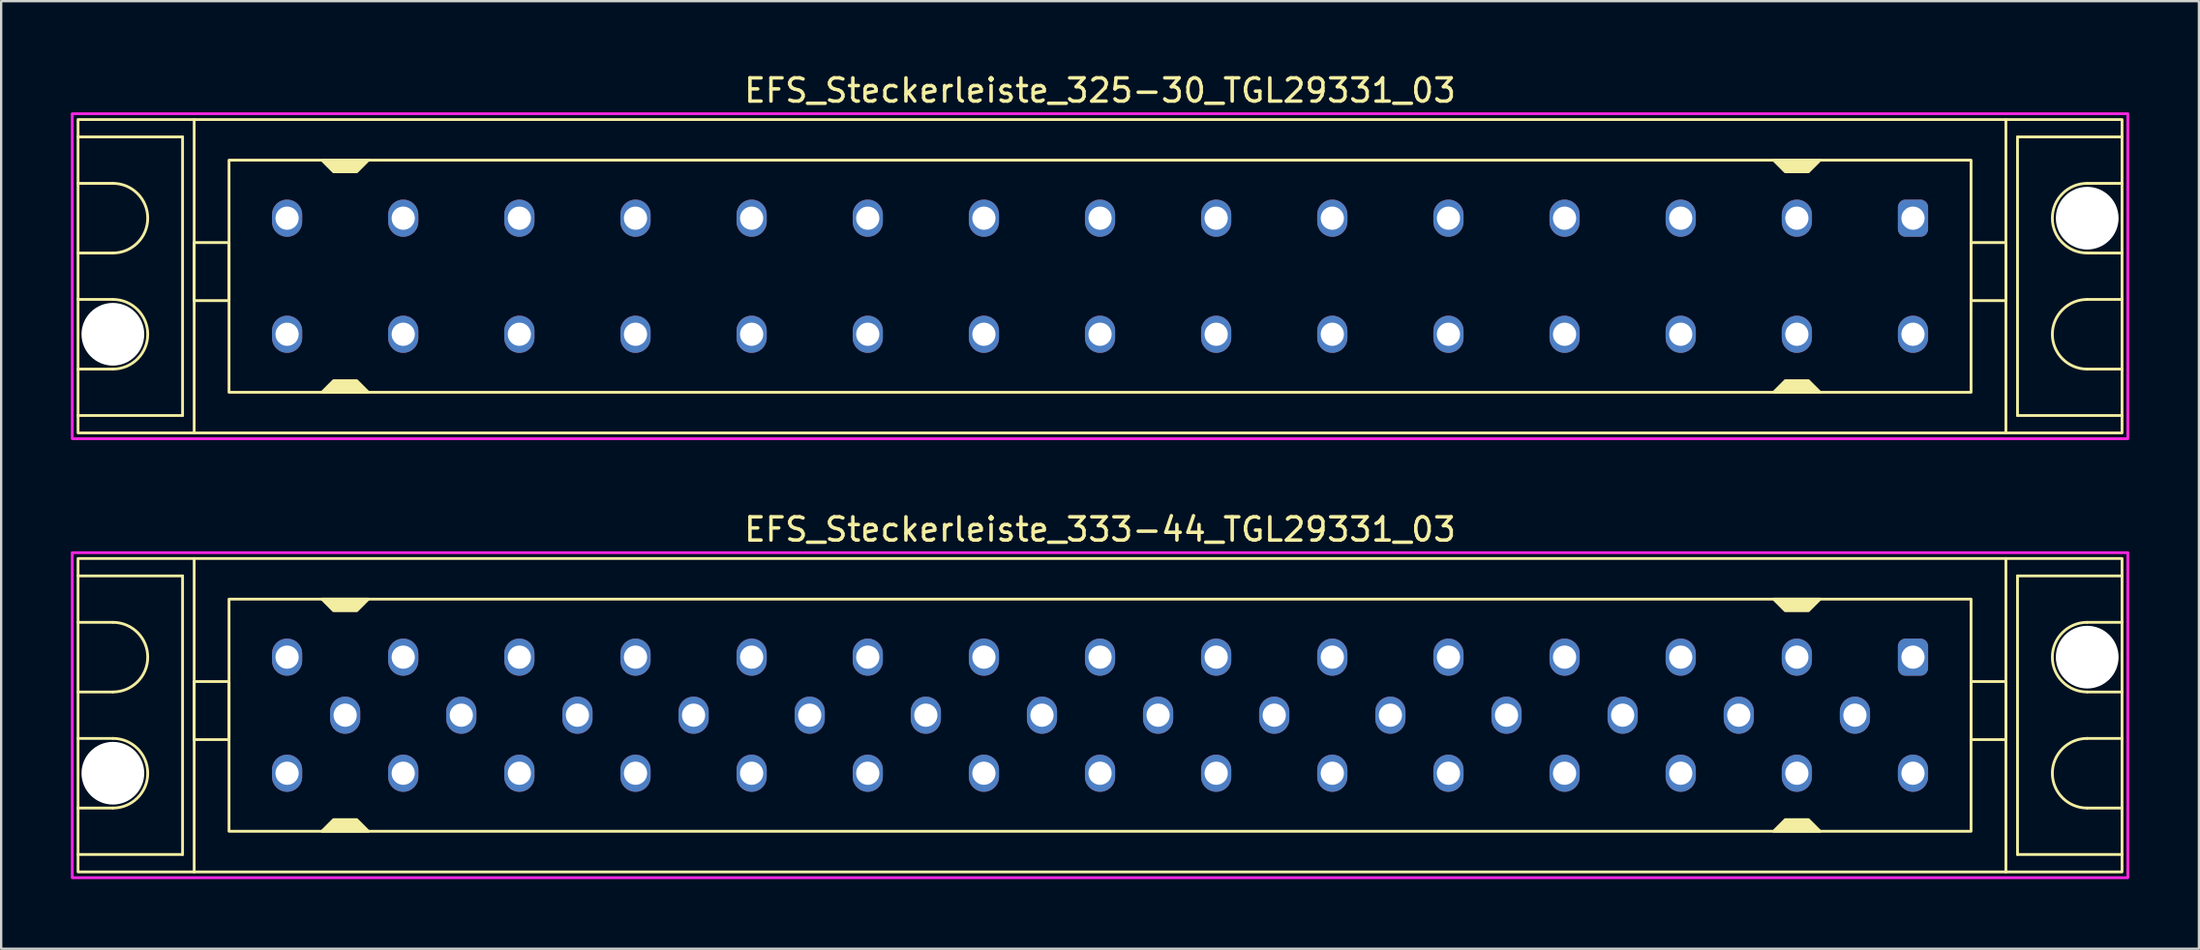
<source format=kicad_pcb>
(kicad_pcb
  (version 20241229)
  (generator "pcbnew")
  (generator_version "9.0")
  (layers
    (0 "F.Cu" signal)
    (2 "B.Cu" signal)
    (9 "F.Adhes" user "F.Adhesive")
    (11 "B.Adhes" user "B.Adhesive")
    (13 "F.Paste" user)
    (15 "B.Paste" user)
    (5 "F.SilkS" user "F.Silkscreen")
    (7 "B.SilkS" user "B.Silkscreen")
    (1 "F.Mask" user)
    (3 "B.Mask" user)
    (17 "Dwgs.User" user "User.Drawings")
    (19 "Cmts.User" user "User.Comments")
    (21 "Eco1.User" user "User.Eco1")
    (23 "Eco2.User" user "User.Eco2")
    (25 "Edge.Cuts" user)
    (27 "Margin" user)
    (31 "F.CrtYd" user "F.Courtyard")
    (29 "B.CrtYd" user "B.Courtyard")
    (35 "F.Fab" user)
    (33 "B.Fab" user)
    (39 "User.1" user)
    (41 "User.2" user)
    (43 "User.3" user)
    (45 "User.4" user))
  (footprint "EFS_Steckerleiste_325-30_TGL29331_03"
    (layer "F.Cu")
    (at 44.31 8.848)
    (property "Reference" "EFS_Steckerleiste_325-30_TGL29331_03" (at 0 -8 180) (layer "F.SilkS") (effects (font (size 1 1) (thickness 0.15))))
    (attr through_hole)
    (fp_line (start -44 -6) (end -39.5 -6) (stroke (width 0.12) (type solid)) (layer "F.SilkS"))
    (fp_line (start -42.5 -4) (end -44 -4) (stroke (width 0.12) (type solid)) (layer "F.SilkS"))
    (fp_line (start -42.5 -1) (end -44 -1) (stroke (width 0.12) (type solid)) (layer "F.SilkS"))
    (fp_line (start -42.5 1) (end -44 1) (stroke (width 0.12) (type solid)) (layer "F.SilkS"))
    (fp_line (start -42.5 4) (end -44 4) (stroke (width 0.12) (type solid)) (layer "F.SilkS"))
    (fp_line (start -39.5 -6) (end -39.5 6) (stroke (width 0.12) (type solid)) (layer "F.SilkS"))
    (fp_line (start -39.5 6) (end -44 6) (stroke (width 0.12) (type solid)) (layer "F.SilkS"))
    (fp_line (start -39 6.75) (end -39 -6.75) (stroke (width 0.12) (type solid)) (layer "F.SilkS"))
    (fp_line (start 39 6.75) (end 39 -6.75) (stroke (width 0.12) (type solid)) (layer "F.SilkS"))
    (fp_line (start 39.5 -6) (end 39.5 6) (stroke (width 0.12) (type solid)) (layer "F.SilkS"))
    (fp_line (start 39.5 6) (end 44 6) (stroke (width 0.12) (type solid)) (layer "F.SilkS"))
    (fp_line (start 42.5 -4) (end 44 -4) (stroke (width 0.12) (type solid)) (layer "F.SilkS"))
    (fp_line (start 42.5 -1) (end 44 -1) (stroke (width 0.12) (type solid)) (layer "F.SilkS"))
    (fp_line (start 42.5 1) (end 44 1) (stroke (width 0.12) (type solid)) (layer "F.SilkS"))
    (fp_line (start 42.5 4) (end 44 4) (stroke (width 0.12) (type solid)) (layer "F.SilkS"))
    (fp_line (start 44 -6) (end 39.5 -6) (stroke (width 0.12) (type solid)) (layer "F.SilkS"))
    (fp_rect (start -44 -6.75) (end 44 6.75) (stroke (width 0.12) (type solid)) (fill no) (layer "F.SilkS"))
    (fp_rect (start -37.5 -5) (end 37.5 5) (stroke (width 0.12) (type solid)) (fill no) (layer "F.SilkS"))
    (fp_rect (start -37.5 -1.45) (end -39 1.05) (stroke (width 0.12) (type solid)) (fill no) (layer "F.SilkS"))
    (fp_rect (start 39 -1.45) (end 37.5 1.05) (stroke (width 0.12) (type solid)) (fill no) (layer "F.SilkS"))
    (fp_arc (start -42.5 -4) (mid -41 -2.5) (end -42.5 -1) (stroke (width 0.12) (type solid)) (layer "F.SilkS"))
    (fp_arc (start -42.5 1) (mid -41 2.5) (end -42.5 4) (stroke (width 0.12) (type solid)) (layer "F.SilkS"))
    (fp_arc (start 42.5 -1) (mid 41 -2.5) (end 42.5 -4) (stroke (width 0.12) (type solid)) (layer "F.SilkS"))
    (fp_arc (start 42.5 4) (mid 41 2.5) (end 42.5 1) (stroke (width 0.12) (type solid)) (layer "F.SilkS"))
    (fp_poly (pts (xy -33 4.5) (xy -32 4.5) (xy -31.5 5) (xy -33.5 5)) (stroke (width 0.12) (type solid)) (fill yes) (layer "F.SilkS"))
    (fp_poly (pts (xy -32 -4.5) (xy -33 -4.5) (xy -33.5 -5) (xy -31.5 -5)) (stroke (width 0.12) (type solid)) (fill yes) (layer "F.SilkS"))
    (fp_poly (pts (xy 29.5 4.5) (xy 30.5 4.5) (xy 31 5) (xy 29 5)) (stroke (width 0.12) (type solid)) (fill yes) (layer "F.SilkS"))
    (fp_poly (pts (xy 30.5 -4.5) (xy 29.5 -4.5) (xy 29 -5) (xy 31 -5)) (stroke (width 0.12) (type solid)) (fill yes) (layer "F.SilkS"))
    (fp_rect (start -44.25 -7) (end 44.25 7) (stroke (width 0.12) (type solid)) (fill no) (layer "F.CrtYd"))
    (pad "" np_thru_hole circle (at -42.5 2.5) (size 2.7 2.7) (drill 2.7) (layers "*.Cu" "*.Mask"))
    (pad "" np_thru_hole circle (at 42.5 -2.5) (size 2.7 2.7) (drill 2.7) (layers "*.Cu" "*.Mask"))
    (pad "1a" thru_hole roundrect (at 35 -2.5) (size 1.3 1.6) (drill 1) (layers "*.Cu" "*.Mask") (roundrect_rratio 0.25))
    (pad "1c" thru_hole oval (at 35 2.5) (size 1.3 1.6) (drill 1) (layers "*.Cu" "*.Mask"))
    (pad "2a" thru_hole oval (at 30 -2.5) (size 1.3 1.6) (drill 1) (layers "*.Cu" "*.Mask"))
    (pad "2c" thru_hole oval (at 30 2.5) (size 1.3 1.6) (drill 1) (layers "*.Cu" "*.Mask"))
    (pad "3a" thru_hole oval (at 25 -2.5) (size 1.3 1.6) (drill 1) (layers "*.Cu" "*.Mask"))
    (pad "3c" thru_hole oval (at 25 2.5) (size 1.3 1.6) (drill 1) (layers "*.Cu" "*.Mask"))
    (pad "4a" thru_hole oval (at 20 -2.5) (size 1.3 1.6) (drill 1) (layers "*.Cu" "*.Mask"))
    (pad "4c" thru_hole oval (at 20 2.5) (size 1.3 1.6) (drill 1) (layers "*.Cu" "*.Mask"))
    (pad "5a" thru_hole oval (at 15 -2.5) (size 1.3 1.6) (drill 1) (layers "*.Cu" "*.Mask"))
    (pad "5c" thru_hole oval (at 15 2.5) (size 1.3 1.6) (drill 1) (layers "*.Cu" "*.Mask"))
    (pad "6a" thru_hole oval (at 10 -2.5) (size 1.3 1.6) (drill 1) (layers "*.Cu" "*.Mask"))
    (pad "6c" thru_hole oval (at 10 2.5) (size 1.3 1.6) (drill 1) (layers "*.Cu" "*.Mask"))
    (pad "7a" thru_hole oval (at 5 -2.5) (size 1.3 1.6) (drill 1) (layers "*.Cu" "*.Mask"))
    (pad "7c" thru_hole oval (at 5 2.5) (size 1.3 1.6) (drill 1) (layers "*.Cu" "*.Mask"))
    (pad "8a" thru_hole oval (at 0 -2.5) (size 1.3 1.6) (drill 1) (layers "*.Cu" "*.Mask"))
    (pad "8c" thru_hole oval (at 0 2.5) (size 1.3 1.6) (drill 1) (layers "*.Cu" "*.Mask"))
    (pad "9a" thru_hole oval (at -5 -2.5) (size 1.3 1.6) (drill 1) (layers "*.Cu" "*.Mask"))
    (pad "9c" thru_hole oval (at -5 2.5) (size 1.3 1.6) (drill 1) (layers "*.Cu" "*.Mask"))
    (pad "10a" thru_hole oval (at -10 -2.5) (size 1.3 1.6) (drill 1) (layers "*.Cu" "*.Mask"))
    (pad "10c" thru_hole oval (at -10 2.5) (size 1.3 1.6) (drill 1) (layers "*.Cu" "*.Mask"))
    (pad "11a" thru_hole oval (at -15 -2.5) (size 1.3 1.6) (drill 1) (layers "*.Cu" "*.Mask"))
    (pad "11c" thru_hole oval (at -15 2.5) (size 1.3 1.6) (drill 1) (layers "*.Cu" "*.Mask"))
    (pad "12a" thru_hole oval (at -20 -2.5) (size 1.3 1.6) (drill 1) (layers "*.Cu" "*.Mask"))
    (pad "12c" thru_hole oval (at -20 2.5) (size 1.3 1.6) (drill 1) (layers "*.Cu" "*.Mask"))
    (pad "13a" thru_hole oval (at -25 -2.5) (size 1.3 1.6) (drill 1) (layers "*.Cu" "*.Mask"))
    (pad "13c" thru_hole oval (at -25 2.5) (size 1.3 1.6) (drill 1) (layers "*.Cu" "*.Mask"))
    (pad "14a" thru_hole oval (at -30 -2.5) (size 1.3 1.6) (drill 1) (layers "*.Cu" "*.Mask"))
    (pad "14c" thru_hole oval (at -30 2.5) (size 1.3 1.6) (drill 1) (layers "*.Cu" "*.Mask"))
    (pad "15a" thru_hole oval (at -35 -2.5) (size 1.3 1.6) (drill 1) (layers "*.Cu" "*.Mask"))
    (pad "15c" thru_hole oval (at -35 2.5) (size 1.3 1.6) (drill 1) (layers "*.Cu" "*.Mask")))
  (footprint "EFS_Steckerleiste_333-44_TGL29331_03"
    (layer "F.Cu")
    (at 44.31 27.756)
    (property "Reference" "EFS_Steckerleiste_333-44_TGL29331_03" (at 0 -8 180) (layer "F.SilkS") (effects (font (size 1 1) (thickness 0.15))))
    (attr through_hole)
    (fp_line (start -44 -6) (end -39.5 -6) (stroke (width 0.12) (type solid)) (layer "F.SilkS"))
    (fp_line (start -42.5 -4) (end -44 -4) (stroke (width 0.12) (type solid)) (layer "F.SilkS"))
    (fp_line (start -42.5 -1) (end -44 -1) (stroke (width 0.12) (type solid)) (layer "F.SilkS"))
    (fp_line (start -42.5 1) (end -44 1) (stroke (width 0.12) (type solid)) (layer "F.SilkS"))
    (fp_line (start -42.5 4) (end -44 4) (stroke (width 0.12) (type solid)) (layer "F.SilkS"))
    (fp_line (start -39.5 -6) (end -39.5 6) (stroke (width 0.12) (type solid)) (layer "F.SilkS"))
    (fp_line (start -39.5 6) (end -44 6) (stroke (width 0.12) (type solid)) (layer "F.SilkS"))
    (fp_line (start -39 6.75) (end -39 -6.75) (stroke (width 0.12) (type solid)) (layer "F.SilkS"))
    (fp_line (start 39 6.75) (end 39 -6.75) (stroke (width 0.12) (type solid)) (layer "F.SilkS"))
    (fp_line (start 39.5 -6) (end 39.5 6) (stroke (width 0.12) (type solid)) (layer "F.SilkS"))
    (fp_line (start 39.5 6) (end 44 6) (stroke (width 0.12) (type solid)) (layer "F.SilkS"))
    (fp_line (start 42.5 -4) (end 44 -4) (stroke (width 0.12) (type solid)) (layer "F.SilkS"))
    (fp_line (start 42.5 -1) (end 44 -1) (stroke (width 0.12) (type solid)) (layer "F.SilkS"))
    (fp_line (start 42.5 1) (end 44 1) (stroke (width 0.12) (type solid)) (layer "F.SilkS"))
    (fp_line (start 42.5 4) (end 44 4) (stroke (width 0.12) (type solid)) (layer "F.SilkS"))
    (fp_line (start 44 -6) (end 39.5 -6) (stroke (width 0.12) (type solid)) (layer "F.SilkS"))
    (fp_rect (start -44 -6.75) (end 44 6.75) (stroke (width 0.12) (type solid)) (fill no) (layer "F.SilkS"))
    (fp_rect (start -37.5 -5) (end 37.5 5) (stroke (width 0.12) (type solid)) (fill no) (layer "F.SilkS"))
    (fp_rect (start -37.5 -1.45) (end -39 1.05) (stroke (width 0.12) (type solid)) (fill no) (layer "F.SilkS"))
    (fp_rect (start 39 -1.45) (end 37.5 1.05) (stroke (width 0.12) (type solid)) (fill no) (layer "F.SilkS"))
    (fp_arc (start -42.5 -4) (mid -41 -2.5) (end -42.5 -1) (stroke (width 0.12) (type solid)) (layer "F.SilkS"))
    (fp_arc (start -42.5 1) (mid -41 2.5) (end -42.5 4) (stroke (width 0.12) (type solid)) (layer "F.SilkS"))
    (fp_arc (start 42.5 -1) (mid 41 -2.5) (end 42.5 -4) (stroke (width 0.12) (type solid)) (layer "F.SilkS"))
    (fp_arc (start 42.5 4) (mid 41 2.5) (end 42.5 1) (stroke (width 0.12) (type solid)) (layer "F.SilkS"))
    (fp_poly (pts (xy -33 4.5) (xy -32 4.5) (xy -31.5 5) (xy -33.5 5)) (stroke (width 0.12) (type solid)) (fill yes) (layer "F.SilkS"))
    (fp_poly (pts (xy -32 -4.5) (xy -33 -4.5) (xy -33.5 -5) (xy -31.5 -5)) (stroke (width 0.12) (type solid)) (fill yes) (layer "F.SilkS"))
    (fp_poly (pts (xy 29.5 4.5) (xy 30.5 4.5) (xy 31 5) (xy 29 5)) (stroke (width 0.12) (type solid)) (fill yes) (layer "F.SilkS"))
    (fp_poly (pts (xy 30.5 -4.5) (xy 29.5 -4.5) (xy 29 -5) (xy 31 -5)) (stroke (width 0.12) (type solid)) (fill yes) (layer "F.SilkS"))
    (fp_rect (start -44.25 -7) (end 44.25 7) (stroke (width 0.12) (type solid)) (fill no) (layer "F.CrtYd"))
    (pad "" np_thru_hole circle (at -42.5 2.5) (size 2.7 2.7) (drill 2.7) (layers "*.Cu" "*.Mask"))
    (pad "" np_thru_hole circle (at 42.5 -2.5) (size 2.7 2.7) (drill 2.7) (layers "*.Cu" "*.Mask"))
    (pad "1a" thru_hole roundrect (at 35 -2.5) (size 1.3 1.6) (drill 1) (layers "*.Cu" "*.Mask") (roundrect_rratio 0.25))
    (pad "1c" thru_hole oval (at 35 2.5) (size 1.3 1.6) (drill 1) (layers "*.Cu" "*.Mask"))
    (pad "2b" thru_hole oval (at 32.5 0) (size 1.3 1.6) (drill 1) (layers "*.Cu" "*.Mask"))
    (pad "3a" thru_hole oval (at 30 -2.5) (size 1.3 1.6) (drill 1) (layers "*.Cu" "*.Mask"))
    (pad "3c" thru_hole oval (at 30 2.5) (size 1.3 1.6) (drill 1) (layers "*.Cu" "*.Mask"))
    (pad "4b" thru_hole oval (at 27.5 0) (size 1.3 1.6) (drill 1) (layers "*.Cu" "*.Mask"))
    (pad "5a" thru_hole oval (at 25 -2.5) (size 1.3 1.6) (drill 1) (layers "*.Cu" "*.Mask"))
    (pad "5c" thru_hole oval (at 25 2.5) (size 1.3 1.6) (drill 1) (layers "*.Cu" "*.Mask"))
    (pad "6b" thru_hole oval (at 22.5 0) (size 1.3 1.6) (drill 1) (layers "*.Cu" "*.Mask"))
    (pad "7a" thru_hole oval (at 20 -2.5) (size 1.3 1.6) (drill 1) (layers "*.Cu" "*.Mask"))
    (pad "7c" thru_hole oval (at 20 2.5) (size 1.3 1.6) (drill 1) (layers "*.Cu" "*.Mask"))
    (pad "8b" thru_hole oval (at 17.5 0) (size 1.3 1.6) (drill 1) (layers "*.Cu" "*.Mask"))
    (pad "9a" thru_hole oval (at 15 -2.5) (size 1.3 1.6) (drill 1) (layers "*.Cu" "*.Mask"))
    (pad "9c" thru_hole oval (at 15 2.5) (size 1.3 1.6) (drill 1) (layers "*.Cu" "*.Mask"))
    (pad "10b" thru_hole oval (at 12.5 0) (size 1.3 1.6) (drill 1) (layers "*.Cu" "*.Mask"))
    (pad "11a" thru_hole oval (at 10 -2.5) (size 1.3 1.6) (drill 1) (layers "*.Cu" "*.Mask"))
    (pad "11c" thru_hole oval (at 10 2.5) (size 1.3 1.6) (drill 1) (layers "*.Cu" "*.Mask"))
    (pad "12b" thru_hole oval (at 7.5 0) (size 1.3 1.6) (drill 1) (layers "*.Cu" "*.Mask"))
    (pad "13a" thru_hole oval (at 5 -2.5) (size 1.3 1.6) (drill 1) (layers "*.Cu" "*.Mask"))
    (pad "13c" thru_hole oval (at 5 2.5) (size 1.3 1.6) (drill 1) (layers "*.Cu" "*.Mask"))
    (pad "14b" thru_hole oval (at 2.5 0) (size 1.3 1.6) (drill 1) (layers "*.Cu" "*.Mask"))
    (pad "15a" thru_hole oval (at 0 -2.5) (size 1.3 1.6) (drill 1) (layers "*.Cu" "*.Mask"))
    (pad "15c" thru_hole oval (at 0 2.5) (size 1.3 1.6) (drill 1) (layers "*.Cu" "*.Mask"))
    (pad "16b" thru_hole oval (at -2.5 0) (size 1.3 1.6) (drill 1) (layers "*.Cu" "*.Mask"))
    (pad "17a" thru_hole oval (at -5 -2.5) (size 1.3 1.6) (drill 1) (layers "*.Cu" "*.Mask"))
    (pad "17c" thru_hole oval (at -5 2.5) (size 1.3 1.6) (drill 1) (layers "*.Cu" "*.Mask"))
    (pad "18b" thru_hole oval (at -7.5 0) (size 1.3 1.6) (drill 1) (layers "*.Cu" "*.Mask"))
    (pad "19a" thru_hole oval (at -10 -2.5) (size 1.3 1.6) (drill 1) (layers "*.Cu" "*.Mask"))
    (pad "19c" thru_hole oval (at -10 2.5) (size 1.3 1.6) (drill 1) (layers "*.Cu" "*.Mask"))
    (pad "20b" thru_hole oval (at -12.5 0) (size 1.3 1.6) (drill 1) (layers "*.Cu" "*.Mask"))
    (pad "21a" thru_hole oval (at -15 -2.5) (size 1.3 1.6) (drill 1) (layers "*.Cu" "*.Mask"))
    (pad "21c" thru_hole oval (at -15 2.5) (size 1.3 1.6) (drill 1) (layers "*.Cu" "*.Mask"))
    (pad "22b" thru_hole oval (at -17.5 0) (size 1.3 1.6) (drill 1) (layers "*.Cu" "*.Mask"))
    (pad "23a" thru_hole oval (at -20 -2.5) (size 1.3 1.6) (drill 1) (layers "*.Cu" "*.Mask"))
    (pad "23c" thru_hole oval (at -20 2.5) (size 1.3 1.6) (drill 1) (layers "*.Cu" "*.Mask"))
    (pad "24b" thru_hole oval (at -22.5 0) (size 1.3 1.6) (drill 1) (layers "*.Cu" "*.Mask"))
    (pad "25a" thru_hole oval (at -25 -2.5) (size 1.3 1.6) (drill 1) (layers "*.Cu" "*.Mask"))
    (pad "25c" thru_hole oval (at -25 2.5) (size 1.3 1.6) (drill 1) (layers "*.Cu" "*.Mask"))
    (pad "26b" thru_hole oval (at -27.5 0) (size 1.3 1.6) (drill 1) (layers "*.Cu" "*.Mask"))
    (pad "27a" thru_hole oval (at -30 -2.5) (size 1.3 1.6) (drill 1) (layers "*.Cu" "*.Mask"))
    (pad "27c" thru_hole oval (at -30 2.5) (size 1.3 1.6) (drill 1) (layers "*.Cu" "*.Mask"))
    (pad "28b" thru_hole oval (at -32.5 0) (size 1.3 1.6) (drill 1) (layers "*.Cu" "*.Mask"))
    (pad "29a" thru_hole oval (at -35 -2.5) (size 1.3 1.6) (drill 1) (layers "*.Cu" "*.Mask"))
    (pad "29c" thru_hole oval (at -35 2.5) (size 1.3 1.6) (drill 1) (layers "*.Cu" "*.Mask")))
  (gr_rect
    (start -3 -3)
    (end 91.62 37.816)
    (stroke (width 0.1) (type default))
    (fill no)
    (layer "Edge.Cuts")))
</source>
